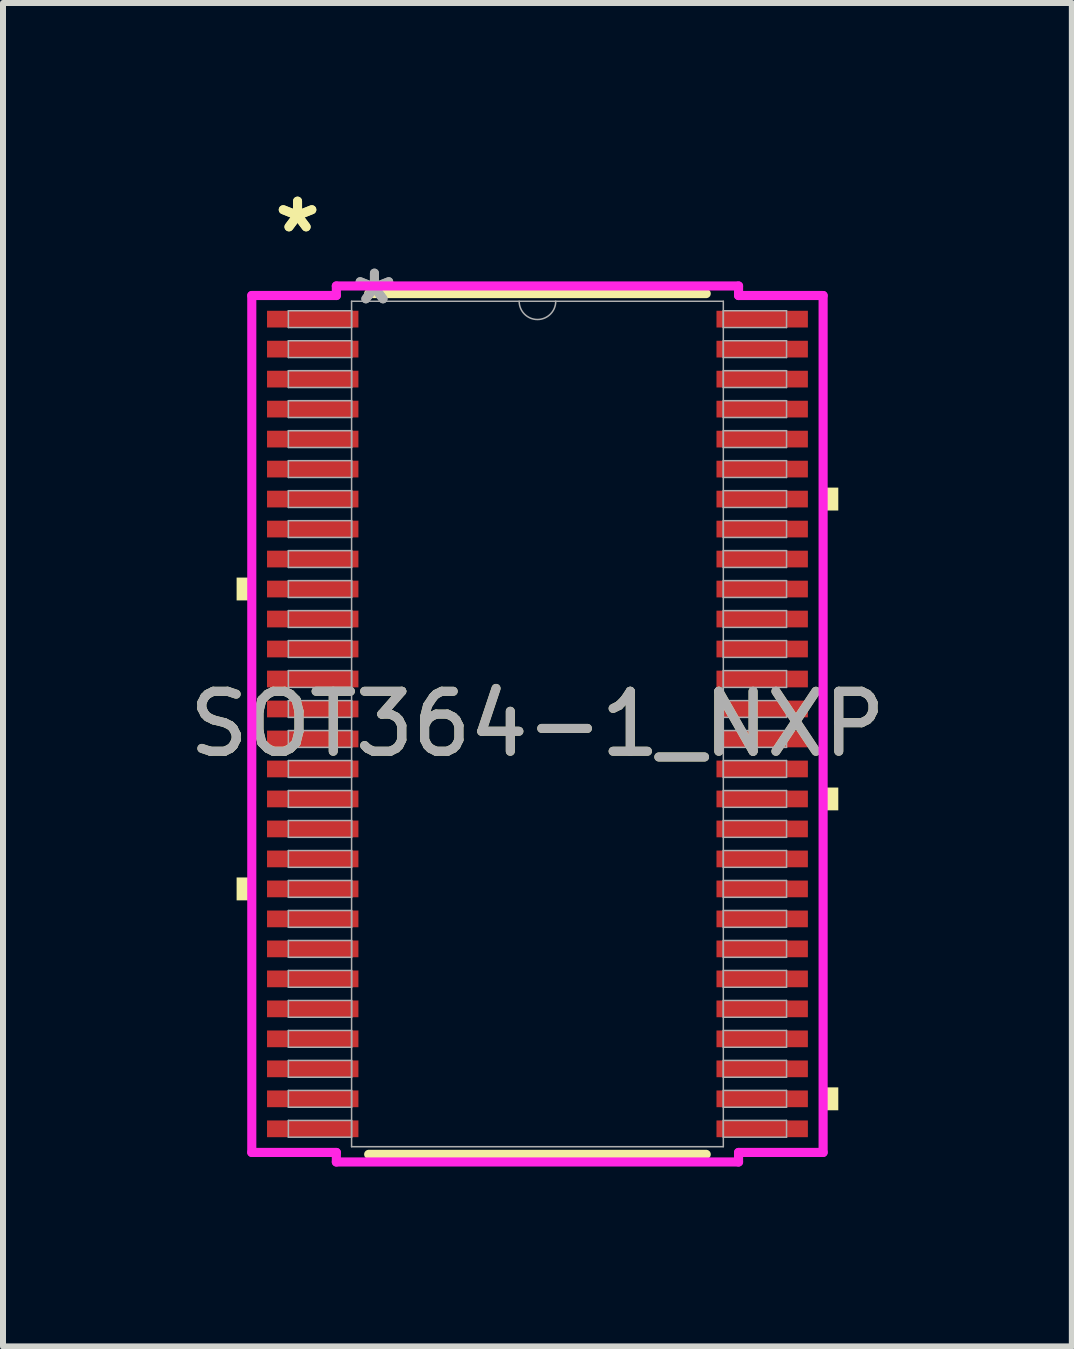
<source format=kicad_pcb>
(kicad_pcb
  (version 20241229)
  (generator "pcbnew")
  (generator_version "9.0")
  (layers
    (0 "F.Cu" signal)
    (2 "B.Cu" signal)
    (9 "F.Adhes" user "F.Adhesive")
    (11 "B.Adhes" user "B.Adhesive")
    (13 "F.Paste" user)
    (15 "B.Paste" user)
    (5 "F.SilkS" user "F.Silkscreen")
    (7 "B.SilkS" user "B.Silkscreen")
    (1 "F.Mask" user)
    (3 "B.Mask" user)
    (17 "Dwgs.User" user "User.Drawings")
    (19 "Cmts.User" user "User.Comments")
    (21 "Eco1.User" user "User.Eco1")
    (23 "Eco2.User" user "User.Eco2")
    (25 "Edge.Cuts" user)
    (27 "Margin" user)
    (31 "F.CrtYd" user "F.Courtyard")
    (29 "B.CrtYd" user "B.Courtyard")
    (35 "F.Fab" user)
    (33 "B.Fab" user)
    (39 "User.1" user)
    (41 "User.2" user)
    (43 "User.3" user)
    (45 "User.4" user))
  (footprint "SOT364-1_NXP"
    (layer "F.Cu")
    (at 5.911 9.021)
    (property "Reference" "SOT364-1_NXP" (at 0 0 0) (unlocked yes) (layer "F.SilkS") (effects (font (size 1 1) (thickness 0.15))))
    (attr smd)
    (fp_line (start -2.814 7.176) (end 2.814 7.176) (stroke (width 0.152) (type solid)) (layer "F.SilkS"))
    (fp_line (start 2.814 -7.176) (end -2.814 -7.176) (stroke (width 0.152) (type solid)) (layer "F.SilkS"))
    (fp_poly (pts (xy -5.016 -2.441) (xy -5.016 -2.06) (xy -4.763 -2.06) (xy -4.763 -2.441)) (stroke (width 0) (type solid)) (fill yes) (layer "F.SilkS"))
    (fp_poly (pts (xy -5.016 2.559) (xy -5.016 2.941) (xy -4.763 2.941) (xy -4.763 2.559)) (stroke (width 0) (type solid)) (fill yes) (layer "F.SilkS"))
    (fp_poly (pts (xy 5.016 -3.941) (xy 5.016 -3.559) (xy 4.763 -3.559) (xy 4.763 -3.941)) (stroke (width 0) (type solid)) (fill yes) (layer "F.SilkS"))
    (fp_poly (pts (xy 5.016 1.06) (xy 5.016 1.44) (xy 4.763 1.44) (xy 4.763 1.06)) (stroke (width 0) (type solid)) (fill yes) (layer "F.SilkS"))
    (fp_poly (pts (xy 5.016 6.059) (xy 5.016 6.441) (xy 4.763 6.441) (xy 4.763 6.059)) (stroke (width 0) (type solid)) (fill yes) (layer "F.SilkS"))
    (fp_line (start -4.763 -7.144) (end -3.353 -7.144) (stroke (width 0.152) (type solid)) (layer "F.CrtYd"))
    (fp_line (start -4.763 7.144) (end -4.763 -7.144) (stroke (width 0.152) (type solid)) (layer "F.CrtYd"))
    (fp_line (start -4.763 7.144) (end -3.353 7.144) (stroke (width 0.152) (type solid)) (layer "F.CrtYd"))
    (fp_line (start -3.353 -7.303) (end 3.353 -7.303) (stroke (width 0.152) (type solid)) (layer "F.CrtYd"))
    (fp_line (start -3.353 -7.144) (end -3.353 -7.303) (stroke (width 0.152) (type solid)) (layer "F.CrtYd"))
    (fp_line (start -3.353 7.303) (end -3.353 7.144) (stroke (width 0.152) (type solid)) (layer "F.CrtYd"))
    (fp_line (start 3.353 -7.303) (end 3.353 -7.144) (stroke (width 0.152) (type solid)) (layer "F.CrtYd"))
    (fp_line (start 3.353 7.144) (end 3.353 7.303) (stroke (width 0.152) (type solid)) (layer "F.CrtYd"))
    (fp_line (start 3.353 7.303) (end -3.353 7.303) (stroke (width 0.152) (type solid)) (layer "F.CrtYd"))
    (fp_line (start 4.763 -7.144) (end 3.353 -7.144) (stroke (width 0.152) (type solid)) (layer "F.CrtYd"))
    (fp_line (start 4.763 -7.144) (end 4.763 7.144) (stroke (width 0.152) (type solid)) (layer "F.CrtYd"))
    (fp_line (start 4.763 7.144) (end 3.353 7.144) (stroke (width 0.152) (type solid)) (layer "F.CrtYd"))
    (fp_line (start -4.153 -6.89) (end -4.153 -6.61) (stroke (width 0.025) (type solid)) (layer "F.Fab"))
    (fp_line (start -4.153 -6.61) (end -3.099 -6.61) (stroke (width 0.025) (type solid)) (layer "F.Fab"))
    (fp_line (start -4.153 -6.39) (end -4.153 -6.11) (stroke (width 0.025) (type solid)) (layer "F.Fab"))
    (fp_line (start -4.153 -6.11) (end -3.099 -6.11) (stroke (width 0.025) (type solid)) (layer "F.Fab"))
    (fp_line (start -4.153 -5.89) (end -4.153 -5.61) (stroke (width 0.025) (type solid)) (layer "F.Fab"))
    (fp_line (start -4.153 -5.61) (end -3.099 -5.61) (stroke (width 0.025) (type solid)) (layer "F.Fab"))
    (fp_line (start -4.153 -5.39) (end -4.153 -5.11) (stroke (width 0.025) (type solid)) (layer "F.Fab"))
    (fp_line (start -4.153 -5.11) (end -3.099 -5.11) (stroke (width 0.025) (type solid)) (layer "F.Fab"))
    (fp_line (start -4.153 -4.89) (end -4.153 -4.61) (stroke (width 0.025) (type solid)) (layer "F.Fab"))
    (fp_line (start -4.153 -4.61) (end -3.099 -4.61) (stroke (width 0.025) (type solid)) (layer "F.Fab"))
    (fp_line (start -4.153 -4.39) (end -4.153 -4.11) (stroke (width 0.025) (type solid)) (layer "F.Fab"))
    (fp_line (start -4.153 -4.11) (end -3.099 -4.11) (stroke (width 0.025) (type solid)) (layer "F.Fab"))
    (fp_line (start -4.153 -3.89) (end -4.153 -3.61) (stroke (width 0.025) (type solid)) (layer "F.Fab"))
    (fp_line (start -4.153 -3.61) (end -3.099 -3.61) (stroke (width 0.025) (type solid)) (layer "F.Fab"))
    (fp_line (start -4.153 -3.39) (end -4.153 -3.11) (stroke (width 0.025) (type solid)) (layer "F.Fab"))
    (fp_line (start -4.153 -3.11) (end -3.099 -3.11) (stroke (width 0.025) (type solid)) (layer "F.Fab"))
    (fp_line (start -4.153 -2.89) (end -4.153 -2.61) (stroke (width 0.025) (type solid)) (layer "F.Fab"))
    (fp_line (start -4.153 -2.61) (end -3.099 -2.61) (stroke (width 0.025) (type solid)) (layer "F.Fab"))
    (fp_line (start -4.153 -2.39) (end -4.153 -2.11) (stroke (width 0.025) (type solid)) (layer "F.Fab"))
    (fp_line (start -4.153 -2.11) (end -3.099 -2.11) (stroke (width 0.025) (type solid)) (layer "F.Fab"))
    (fp_line (start -4.153 -1.89) (end -4.153 -1.61) (stroke (width 0.025) (type solid)) (layer "F.Fab"))
    (fp_line (start -4.153 -1.61) (end -3.099 -1.61) (stroke (width 0.025) (type solid)) (layer "F.Fab"))
    (fp_line (start -4.153 -1.39) (end -4.153 -1.11) (stroke (width 0.025) (type solid)) (layer "F.Fab"))
    (fp_line (start -4.153 -1.11) (end -3.099 -1.11) (stroke (width 0.025) (type solid)) (layer "F.Fab"))
    (fp_line (start -4.153 -0.89) (end -4.153 -0.61) (stroke (width 0.025) (type solid)) (layer "F.Fab"))
    (fp_line (start -4.153 -0.61) (end -3.099 -0.61) (stroke (width 0.025) (type solid)) (layer "F.Fab"))
    (fp_line (start -4.153 -0.39) (end -4.153 -0.11) (stroke (width 0.025) (type solid)) (layer "F.Fab"))
    (fp_line (start -4.153 -0.11) (end -3.099 -0.11) (stroke (width 0.025) (type solid)) (layer "F.Fab"))
    (fp_line (start -4.153 0.11) (end -4.153 0.39) (stroke (width 0.025) (type solid)) (layer "F.Fab"))
    (fp_line (start -4.153 0.39) (end -3.099 0.39) (stroke (width 0.025) (type solid)) (layer "F.Fab"))
    (fp_line (start -4.153 0.61) (end -4.153 0.89) (stroke (width 0.025) (type solid)) (layer "F.Fab"))
    (fp_line (start -4.153 0.89) (end -3.099 0.89) (stroke (width 0.025) (type solid)) (layer "F.Fab"))
    (fp_line (start -4.153 1.11) (end -4.153 1.39) (stroke (width 0.025) (type solid)) (layer "F.Fab"))
    (fp_line (start -4.153 1.39) (end -3.099 1.39) (stroke (width 0.025) (type solid)) (layer "F.Fab"))
    (fp_line (start -4.153 1.61) (end -4.153 1.89) (stroke (width 0.025) (type solid)) (layer "F.Fab"))
    (fp_line (start -4.153 1.89) (end -3.099 1.89) (stroke (width 0.025) (type solid)) (layer "F.Fab"))
    (fp_line (start -4.153 2.11) (end -4.153 2.39) (stroke (width 0.025) (type solid)) (layer "F.Fab"))
    (fp_line (start -4.153 2.39) (end -3.099 2.39) (stroke (width 0.025) (type solid)) (layer "F.Fab"))
    (fp_line (start -4.153 2.61) (end -4.153 2.89) (stroke (width 0.025) (type solid)) (layer "F.Fab"))
    (fp_line (start -4.153 2.89) (end -3.099 2.89) (stroke (width 0.025) (type solid)) (layer "F.Fab"))
    (fp_line (start -4.153 3.11) (end -4.153 3.39) (stroke (width 0.025) (type solid)) (layer "F.Fab"))
    (fp_line (start -4.153 3.39) (end -3.099 3.39) (stroke (width 0.025) (type solid)) (layer "F.Fab"))
    (fp_line (start -4.153 3.61) (end -4.153 3.89) (stroke (width 0.025) (type solid)) (layer "F.Fab"))
    (fp_line (start -4.153 3.89) (end -3.099 3.89) (stroke (width 0.025) (type solid)) (layer "F.Fab"))
    (fp_line (start -4.153 4.11) (end -4.153 4.39) (stroke (width 0.025) (type solid)) (layer "F.Fab"))
    (fp_line (start -4.153 4.39) (end -3.099 4.39) (stroke (width 0.025) (type solid)) (layer "F.Fab"))
    (fp_line (start -4.153 4.61) (end -4.153 4.89) (stroke (width 0.025) (type solid)) (layer "F.Fab"))
    (fp_line (start -4.153 4.89) (end -3.099 4.89) (stroke (width 0.025) (type solid)) (layer "F.Fab"))
    (fp_line (start -4.153 5.11) (end -4.153 5.39) (stroke (width 0.025) (type solid)) (layer "F.Fab"))
    (fp_line (start -4.153 5.39) (end -3.099 5.39) (stroke (width 0.025) (type solid)) (layer "F.Fab"))
    (fp_line (start -4.153 5.61) (end -4.153 5.89) (stroke (width 0.025) (type solid)) (layer "F.Fab"))
    (fp_line (start -4.153 5.89) (end -3.099 5.89) (stroke (width 0.025) (type solid)) (layer "F.Fab"))
    (fp_line (start -4.153 6.11) (end -4.153 6.39) (stroke (width 0.025) (type solid)) (layer "F.Fab"))
    (fp_line (start -4.153 6.39) (end -3.099 6.39) (stroke (width 0.025) (type solid)) (layer "F.Fab"))
    (fp_line (start -4.153 6.61) (end -4.153 6.89) (stroke (width 0.025) (type solid)) (layer "F.Fab"))
    (fp_line (start -4.153 6.89) (end -3.099 6.89) (stroke (width 0.025) (type solid)) (layer "F.Fab"))
    (fp_line (start -3.099 -7.048) (end -3.099 7.048) (stroke (width 0.025) (type solid)) (layer "F.Fab"))
    (fp_line (start -3.099 -6.89) (end -4.153 -6.89) (stroke (width 0.025) (type solid)) (layer "F.Fab"))
    (fp_line (start -3.099 -6.61) (end -3.099 -6.89) (stroke (width 0.025) (type solid)) (layer "F.Fab"))
    (fp_line (start -3.099 -6.39) (end -4.153 -6.39) (stroke (width 0.025) (type solid)) (layer "F.Fab"))
    (fp_line (start -3.099 -6.11) (end -3.099 -6.39) (stroke (width 0.025) (type solid)) (layer "F.Fab"))
    (fp_line (start -3.099 -5.89) (end -4.153 -5.89) (stroke (width 0.025) (type solid)) (layer "F.Fab"))
    (fp_line (start -3.099 -5.61) (end -3.099 -5.89) (stroke (width 0.025) (type solid)) (layer "F.Fab"))
    (fp_line (start -3.099 -5.39) (end -4.153 -5.39) (stroke (width 0.025) (type solid)) (layer "F.Fab"))
    (fp_line (start -3.099 -5.11) (end -3.099 -5.39) (stroke (width 0.025) (type solid)) (layer "F.Fab"))
    (fp_line (start -3.099 -4.89) (end -4.153 -4.89) (stroke (width 0.025) (type solid)) (layer "F.Fab"))
    (fp_line (start -3.099 -4.61) (end -3.099 -4.89) (stroke (width 0.025) (type solid)) (layer "F.Fab"))
    (fp_line (start -3.099 -4.39) (end -4.153 -4.39) (stroke (width 0.025) (type solid)) (layer "F.Fab"))
    (fp_line (start -3.099 -4.11) (end -3.099 -4.39) (stroke (width 0.025) (type solid)) (layer "F.Fab"))
    (fp_line (start -3.099 -3.89) (end -4.153 -3.89) (stroke (width 0.025) (type solid)) (layer "F.Fab"))
    (fp_line (start -3.099 -3.61) (end -3.099 -3.89) (stroke (width 0.025) (type solid)) (layer "F.Fab"))
    (fp_line (start -3.099 -3.39) (end -4.153 -3.39) (stroke (width 0.025) (type solid)) (layer "F.Fab"))
    (fp_line (start -3.099 -3.11) (end -3.099 -3.39) (stroke (width 0.025) (type solid)) (layer "F.Fab"))
    (fp_line (start -3.099 -2.89) (end -4.153 -2.89) (stroke (width 0.025) (type solid)) (layer "F.Fab"))
    (fp_line (start -3.099 -2.61) (end -3.099 -2.89) (stroke (width 0.025) (type solid)) (layer "F.Fab"))
    (fp_line (start -3.099 -2.39) (end -4.153 -2.39) (stroke (width 0.025) (type solid)) (layer "F.Fab"))
    (fp_line (start -3.099 -2.11) (end -3.099 -2.39) (stroke (width 0.025) (type solid)) (layer "F.Fab"))
    (fp_line (start -3.099 -1.89) (end -4.153 -1.89) (stroke (width 0.025) (type solid)) (layer "F.Fab"))
    (fp_line (start -3.099 -1.61) (end -3.099 -1.89) (stroke (width 0.025) (type solid)) (layer "F.Fab"))
    (fp_line (start -3.099 -1.39) (end -4.153 -1.39) (stroke (width 0.025) (type solid)) (layer "F.Fab"))
    (fp_line (start -3.099 -1.11) (end -3.099 -1.39) (stroke (width 0.025) (type solid)) (layer "F.Fab"))
    (fp_line (start -3.099 -0.89) (end -4.153 -0.89) (stroke (width 0.025) (type solid)) (layer "F.Fab"))
    (fp_line (start -3.099 -0.61) (end -3.099 -0.89) (stroke (width 0.025) (type solid)) (layer "F.Fab"))
    (fp_line (start -3.099 -0.39) (end -4.153 -0.39) (stroke (width 0.025) (type solid)) (layer "F.Fab"))
    (fp_line (start -3.099 -0.11) (end -3.099 -0.39) (stroke (width 0.025) (type solid)) (layer "F.Fab"))
    (fp_line (start -3.099 0.11) (end -4.153 0.11) (stroke (width 0.025) (type solid)) (layer "F.Fab"))
    (fp_line (start -3.099 0.39) (end -3.099 0.11) (stroke (width 0.025) (type solid)) (layer "F.Fab"))
    (fp_line (start -3.099 0.61) (end -4.153 0.61) (stroke (width 0.025) (type solid)) (layer "F.Fab"))
    (fp_line (start -3.099 0.89) (end -3.099 0.61) (stroke (width 0.025) (type solid)) (layer "F.Fab"))
    (fp_line (start -3.099 1.11) (end -4.153 1.11) (stroke (width 0.025) (type solid)) (layer "F.Fab"))
    (fp_line (start -3.099 1.39) (end -3.099 1.11) (stroke (width 0.025) (type solid)) (layer "F.Fab"))
    (fp_line (start -3.099 1.61) (end -4.153 1.61) (stroke (width 0.025) (type solid)) (layer "F.Fab"))
    (fp_line (start -3.099 1.89) (end -3.099 1.61) (stroke (width 0.025) (type solid)) (layer "F.Fab"))
    (fp_line (start -3.099 2.11) (end -4.153 2.11) (stroke (width 0.025) (type solid)) (layer "F.Fab"))
    (fp_line (start -3.099 2.39) (end -3.099 2.11) (stroke (width 0.025) (type solid)) (layer "F.Fab"))
    (fp_line (start -3.099 2.61) (end -4.153 2.61) (stroke (width 0.025) (type solid)) (layer "F.Fab"))
    (fp_line (start -3.099 2.89) (end -3.099 2.61) (stroke (width 0.025) (type solid)) (layer "F.Fab"))
    (fp_line (start -3.099 3.11) (end -4.153 3.11) (stroke (width 0.025) (type solid)) (layer "F.Fab"))
    (fp_line (start -3.099 3.39) (end -3.099 3.11) (stroke (width 0.025) (type solid)) (layer "F.Fab"))
    (fp_line (start -3.099 3.61) (end -4.153 3.61) (stroke (width 0.025) (type solid)) (layer "F.Fab"))
    (fp_line (start -3.099 3.89) (end -3.099 3.61) (stroke (width 0.025) (type solid)) (layer "F.Fab"))
    (fp_line (start -3.099 4.11) (end -4.153 4.11) (stroke (width 0.025) (type solid)) (layer "F.Fab"))
    (fp_line (start -3.099 4.39) (end -3.099 4.11) (stroke (width 0.025) (type solid)) (layer "F.Fab"))
    (fp_line (start -3.099 4.61) (end -4.153 4.61) (stroke (width 0.025) (type solid)) (layer "F.Fab"))
    (fp_line (start -3.099 4.89) (end -3.099 4.61) (stroke (width 0.025) (type solid)) (layer "F.Fab"))
    (fp_line (start -3.099 5.11) (end -4.153 5.11) (stroke (width 0.025) (type solid)) (layer "F.Fab"))
    (fp_line (start -3.099 5.39) (end -3.099 5.11) (stroke (width 0.025) (type solid)) (layer "F.Fab"))
    (fp_line (start -3.099 5.61) (end -4.153 5.61) (stroke (width 0.025) (type solid)) (layer "F.Fab"))
    (fp_line (start -3.099 5.89) (end -3.099 5.61) (stroke (width 0.025) (type solid)) (layer "F.Fab"))
    (fp_line (start -3.099 6.11) (end -4.153 6.11) (stroke (width 0.025) (type solid)) (layer "F.Fab"))
    (fp_line (start -3.099 6.39) (end -3.099 6.11) (stroke (width 0.025) (type solid)) (layer "F.Fab"))
    (fp_line (start -3.099 6.61) (end -4.153 6.61) (stroke (width 0.025) (type solid)) (layer "F.Fab"))
    (fp_line (start -3.099 6.89) (end -3.099 6.61) (stroke (width 0.025) (type solid)) (layer "F.Fab"))
    (fp_line (start -3.099 7.048) (end 3.099 7.048) (stroke (width 0.025) (type solid)) (layer "F.Fab"))
    (fp_line (start 3.099 -7.048) (end -3.099 -7.048) (stroke (width 0.025) (type solid)) (layer "F.Fab"))
    (fp_line (start 3.099 -6.89) (end 3.099 -6.61) (stroke (width 0.025) (type solid)) (layer "F.Fab"))
    (fp_line (start 3.099 -6.61) (end 4.153 -6.61) (stroke (width 0.025) (type solid)) (layer "F.Fab"))
    (fp_line (start 3.099 -6.39) (end 3.099 -6.11) (stroke (width 0.025) (type solid)) (layer "F.Fab"))
    (fp_line (start 3.099 -6.11) (end 4.153 -6.11) (stroke (width 0.025) (type solid)) (layer "F.Fab"))
    (fp_line (start 3.099 -5.89) (end 3.099 -5.61) (stroke (width 0.025) (type solid)) (layer "F.Fab"))
    (fp_line (start 3.099 -5.61) (end 4.153 -5.61) (stroke (width 0.025) (type solid)) (layer "F.Fab"))
    (fp_line (start 3.099 -5.39) (end 3.099 -5.11) (stroke (width 0.025) (type solid)) (layer "F.Fab"))
    (fp_line (start 3.099 -5.11) (end 4.153 -5.11) (stroke (width 0.025) (type solid)) (layer "F.Fab"))
    (fp_line (start 3.099 -4.89) (end 3.099 -4.61) (stroke (width 0.025) (type solid)) (layer "F.Fab"))
    (fp_line (start 3.099 -4.61) (end 4.153 -4.61) (stroke (width 0.025) (type solid)) (layer "F.Fab"))
    (fp_line (start 3.099 -4.39) (end 3.099 -4.11) (stroke (width 0.025) (type solid)) (layer "F.Fab"))
    (fp_line (start 3.099 -4.11) (end 4.153 -4.11) (stroke (width 0.025) (type solid)) (layer "F.Fab"))
    (fp_line (start 3.099 -3.89) (end 3.099 -3.61) (stroke (width 0.025) (type solid)) (layer "F.Fab"))
    (fp_line (start 3.099 -3.61) (end 4.153 -3.61) (stroke (width 0.025) (type solid)) (layer "F.Fab"))
    (fp_line (start 3.099 -3.39) (end 3.099 -3.11) (stroke (width 0.025) (type solid)) (layer "F.Fab"))
    (fp_line (start 3.099 -3.11) (end 4.153 -3.11) (stroke (width 0.025) (type solid)) (layer "F.Fab"))
    (fp_line (start 3.099 -2.89) (end 3.099 -2.61) (stroke (width 0.025) (type solid)) (layer "F.Fab"))
    (fp_line (start 3.099 -2.61) (end 4.153 -2.61) (stroke (width 0.025) (type solid)) (layer "F.Fab"))
    (fp_line (start 3.099 -2.39) (end 3.099 -2.11) (stroke (width 0.025) (type solid)) (layer "F.Fab"))
    (fp_line (start 3.099 -2.11) (end 4.153 -2.11) (stroke (width 0.025) (type solid)) (layer "F.Fab"))
    (fp_line (start 3.099 -1.89) (end 3.099 -1.61) (stroke (width 0.025) (type solid)) (layer "F.Fab"))
    (fp_line (start 3.099 -1.61) (end 4.153 -1.61) (stroke (width 0.025) (type solid)) (layer "F.Fab"))
    (fp_line (start 3.099 -1.39) (end 3.099 -1.11) (stroke (width 0.025) (type solid)) (layer "F.Fab"))
    (fp_line (start 3.099 -1.11) (end 4.153 -1.11) (stroke (width 0.025) (type solid)) (layer "F.Fab"))
    (fp_line (start 3.099 -0.89) (end 3.099 -0.61) (stroke (width 0.025) (type solid)) (layer "F.Fab"))
    (fp_line (start 3.099 -0.61) (end 4.153 -0.61) (stroke (width 0.025) (type solid)) (layer "F.Fab"))
    (fp_line (start 3.099 -0.39) (end 3.099 -0.11) (stroke (width 0.025) (type solid)) (layer "F.Fab"))
    (fp_line (start 3.099 -0.11) (end 4.153 -0.11) (stroke (width 0.025) (type solid)) (layer "F.Fab"))
    (fp_line (start 3.099 0.11) (end 3.099 0.39) (stroke (width 0.025) (type solid)) (layer "F.Fab"))
    (fp_line (start 3.099 0.39) (end 4.153 0.39) (stroke (width 0.025) (type solid)) (layer "F.Fab"))
    (fp_line (start 3.099 0.61) (end 3.099 0.89) (stroke (width 0.025) (type solid)) (layer "F.Fab"))
    (fp_line (start 3.099 0.89) (end 4.153 0.89) (stroke (width 0.025) (type solid)) (layer "F.Fab"))
    (fp_line (start 3.099 1.11) (end 3.099 1.39) (stroke (width 0.025) (type solid)) (layer "F.Fab"))
    (fp_line (start 3.099 1.39) (end 4.153 1.39) (stroke (width 0.025) (type solid)) (layer "F.Fab"))
    (fp_line (start 3.099 1.61) (end 3.099 1.89) (stroke (width 0.025) (type solid)) (layer "F.Fab"))
    (fp_line (start 3.099 1.89) (end 4.153 1.89) (stroke (width 0.025) (type solid)) (layer "F.Fab"))
    (fp_line (start 3.099 2.11) (end 3.099 2.39) (stroke (width 0.025) (type solid)) (layer "F.Fab"))
    (fp_line (start 3.099 2.39) (end 4.153 2.39) (stroke (width 0.025) (type solid)) (layer "F.Fab"))
    (fp_line (start 3.099 2.61) (end 3.099 2.89) (stroke (width 0.025) (type solid)) (layer "F.Fab"))
    (fp_line (start 3.099 2.89) (end 4.153 2.89) (stroke (width 0.025) (type solid)) (layer "F.Fab"))
    (fp_line (start 3.099 3.11) (end 3.099 3.39) (stroke (width 0.025) (type solid)) (layer "F.Fab"))
    (fp_line (start 3.099 3.39) (end 4.153 3.39) (stroke (width 0.025) (type solid)) (layer "F.Fab"))
    (fp_line (start 3.099 3.61) (end 3.099 3.89) (stroke (width 0.025) (type solid)) (layer "F.Fab"))
    (fp_line (start 3.099 3.89) (end 4.153 3.89) (stroke (width 0.025) (type solid)) (layer "F.Fab"))
    (fp_line (start 3.099 4.11) (end 3.099 4.39) (stroke (width 0.025) (type solid)) (layer "F.Fab"))
    (fp_line (start 3.099 4.39) (end 4.153 4.39) (stroke (width 0.025) (type solid)) (layer "F.Fab"))
    (fp_line (start 3.099 4.61) (end 3.099 4.89) (stroke (width 0.025) (type solid)) (layer "F.Fab"))
    (fp_line (start 3.099 4.89) (end 4.153 4.89) (stroke (width 0.025) (type solid)) (layer "F.Fab"))
    (fp_line (start 3.099 5.11) (end 3.099 5.39) (stroke (width 0.025) (type solid)) (layer "F.Fab"))
    (fp_line (start 3.099 5.39) (end 4.153 5.39) (stroke (width 0.025) (type solid)) (layer "F.Fab"))
    (fp_line (start 3.099 5.61) (end 3.099 5.89) (stroke (width 0.025) (type solid)) (layer "F.Fab"))
    (fp_line (start 3.099 5.89) (end 4.153 5.89) (stroke (width 0.025) (type solid)) (layer "F.Fab"))
    (fp_line (start 3.099 6.11) (end 3.099 6.39) (stroke (width 0.025) (type solid)) (layer "F.Fab"))
    (fp_line (start 3.099 6.39) (end 4.153 6.39) (stroke (width 0.025) (type solid)) (layer "F.Fab"))
    (fp_line (start 3.099 6.61) (end 3.099 6.89) (stroke (width 0.025) (type solid)) (layer "F.Fab"))
    (fp_line (start 3.099 6.89) (end 4.153 6.89) (stroke (width 0.025) (type solid)) (layer "F.Fab"))
    (fp_line (start 3.099 7.048) (end 3.099 -7.048) (stroke (width 0.025) (type solid)) (layer "F.Fab"))
    (fp_line (start 4.153 -6.89) (end 3.099 -6.89) (stroke (width 0.025) (type solid)) (layer "F.Fab"))
    (fp_line (start 4.153 -6.61) (end 4.153 -6.89) (stroke (width 0.025) (type solid)) (layer "F.Fab"))
    (fp_line (start 4.153 -6.39) (end 3.099 -6.39) (stroke (width 0.025) (type solid)) (layer "F.Fab"))
    (fp_line (start 4.153 -6.11) (end 4.153 -6.39) (stroke (width 0.025) (type solid)) (layer "F.Fab"))
    (fp_line (start 4.153 -5.89) (end 3.099 -5.89) (stroke (width 0.025) (type solid)) (layer "F.Fab"))
    (fp_line (start 4.153 -5.61) (end 4.153 -5.89) (stroke (width 0.025) (type solid)) (layer "F.Fab"))
    (fp_line (start 4.153 -5.39) (end 3.099 -5.39) (stroke (width 0.025) (type solid)) (layer "F.Fab"))
    (fp_line (start 4.153 -5.11) (end 4.153 -5.39) (stroke (width 0.025) (type solid)) (layer "F.Fab"))
    (fp_line (start 4.153 -4.89) (end 3.099 -4.89) (stroke (width 0.025) (type solid)) (layer "F.Fab"))
    (fp_line (start 4.153 -4.61) (end 4.153 -4.89) (stroke (width 0.025) (type solid)) (layer "F.Fab"))
    (fp_line (start 4.153 -4.39) (end 3.099 -4.39) (stroke (width 0.025) (type solid)) (layer "F.Fab"))
    (fp_line (start 4.153 -4.11) (end 4.153 -4.39) (stroke (width 0.025) (type solid)) (layer "F.Fab"))
    (fp_line (start 4.153 -3.89) (end 3.099 -3.89) (stroke (width 0.025) (type solid)) (layer "F.Fab"))
    (fp_line (start 4.153 -3.61) (end 4.153 -3.89) (stroke (width 0.025) (type solid)) (layer "F.Fab"))
    (fp_line (start 4.153 -3.39) (end 3.099 -3.39) (stroke (width 0.025) (type solid)) (layer "F.Fab"))
    (fp_line (start 4.153 -3.11) (end 4.153 -3.39) (stroke (width 0.025) (type solid)) (layer "F.Fab"))
    (fp_line (start 4.153 -2.89) (end 3.099 -2.89) (stroke (width 0.025) (type solid)) (layer "F.Fab"))
    (fp_line (start 4.153 -2.61) (end 4.153 -2.89) (stroke (width 0.025) (type solid)) (layer "F.Fab"))
    (fp_line (start 4.153 -2.39) (end 3.099 -2.39) (stroke (width 0.025) (type solid)) (layer "F.Fab"))
    (fp_line (start 4.153 -2.11) (end 4.153 -2.39) (stroke (width 0.025) (type solid)) (layer "F.Fab"))
    (fp_line (start 4.153 -1.89) (end 3.099 -1.89) (stroke (width 0.025) (type solid)) (layer "F.Fab"))
    (fp_line (start 4.153 -1.61) (end 4.153 -1.89) (stroke (width 0.025) (type solid)) (layer "F.Fab"))
    (fp_line (start 4.153 -1.39) (end 3.099 -1.39) (stroke (width 0.025) (type solid)) (layer "F.Fab"))
    (fp_line (start 4.153 -1.11) (end 4.153 -1.39) (stroke (width 0.025) (type solid)) (layer "F.Fab"))
    (fp_line (start 4.153 -0.89) (end 3.099 -0.89) (stroke (width 0.025) (type solid)) (layer "F.Fab"))
    (fp_line (start 4.153 -0.61) (end 4.153 -0.89) (stroke (width 0.025) (type solid)) (layer "F.Fab"))
    (fp_line (start 4.153 -0.39) (end 3.099 -0.39) (stroke (width 0.025) (type solid)) (layer "F.Fab"))
    (fp_line (start 4.153 -0.11) (end 4.153 -0.39) (stroke (width 0.025) (type solid)) (layer "F.Fab"))
    (fp_line (start 4.153 0.11) (end 3.099 0.11) (stroke (width 0.025) (type solid)) (layer "F.Fab"))
    (fp_line (start 4.153 0.39) (end 4.153 0.11) (stroke (width 0.025) (type solid)) (layer "F.Fab"))
    (fp_line (start 4.153 0.61) (end 3.099 0.61) (stroke (width 0.025) (type solid)) (layer "F.Fab"))
    (fp_line (start 4.153 0.89) (end 4.153 0.61) (stroke (width 0.025) (type solid)) (layer "F.Fab"))
    (fp_line (start 4.153 1.11) (end 3.099 1.11) (stroke (width 0.025) (type solid)) (layer "F.Fab"))
    (fp_line (start 4.153 1.39) (end 4.153 1.11) (stroke (width 0.025) (type solid)) (layer "F.Fab"))
    (fp_line (start 4.153 1.61) (end 3.099 1.61) (stroke (width 0.025) (type solid)) (layer "F.Fab"))
    (fp_line (start 4.153 1.89) (end 4.153 1.61) (stroke (width 0.025) (type solid)) (layer "F.Fab"))
    (fp_line (start 4.153 2.11) (end 3.099 2.11) (stroke (width 0.025) (type solid)) (layer "F.Fab"))
    (fp_line (start 4.153 2.39) (end 4.153 2.11) (stroke (width 0.025) (type solid)) (layer "F.Fab"))
    (fp_line (start 4.153 2.61) (end 3.099 2.61) (stroke (width 0.025) (type solid)) (layer "F.Fab"))
    (fp_line (start 4.153 2.89) (end 4.153 2.61) (stroke (width 0.025) (type solid)) (layer "F.Fab"))
    (fp_line (start 4.153 3.11) (end 3.099 3.11) (stroke (width 0.025) (type solid)) (layer "F.Fab"))
    (fp_line (start 4.153 3.39) (end 4.153 3.11) (stroke (width 0.025) (type solid)) (layer "F.Fab"))
    (fp_line (start 4.153 3.61) (end 3.099 3.61) (stroke (width 0.025) (type solid)) (layer "F.Fab"))
    (fp_line (start 4.153 3.89) (end 4.153 3.61) (stroke (width 0.025) (type solid)) (layer "F.Fab"))
    (fp_line (start 4.153 4.11) (end 3.099 4.11) (stroke (width 0.025) (type solid)) (layer "F.Fab"))
    (fp_line (start 4.153 4.39) (end 4.153 4.11) (stroke (width 0.025) (type solid)) (layer "F.Fab"))
    (fp_line (start 4.153 4.61) (end 3.099 4.61) (stroke (width 0.025) (type solid)) (layer "F.Fab"))
    (fp_line (start 4.153 4.89) (end 4.153 4.61) (stroke (width 0.025) (type solid)) (layer "F.Fab"))
    (fp_line (start 4.153 5.11) (end 3.099 5.11) (stroke (width 0.025) (type solid)) (layer "F.Fab"))
    (fp_line (start 4.153 5.39) (end 4.153 5.11) (stroke (width 0.025) (type solid)) (layer "F.Fab"))
    (fp_line (start 4.153 5.61) (end 3.099 5.61) (stroke (width 0.025) (type solid)) (layer "F.Fab"))
    (fp_line (start 4.153 5.89) (end 4.153 5.61) (stroke (width 0.025) (type solid)) (layer "F.Fab"))
    (fp_line (start 4.153 6.11) (end 3.099 6.11) (stroke (width 0.025) (type solid)) (layer "F.Fab"))
    (fp_line (start 4.153 6.39) (end 4.153 6.11) (stroke (width 0.025) (type solid)) (layer "F.Fab"))
    (fp_line (start 4.153 6.61) (end 3.099 6.61) (stroke (width 0.025) (type solid)) (layer "F.Fab"))
    (fp_line (start 4.153 6.89) (end 4.153 6.61) (stroke (width 0.025) (type solid)) (layer "F.Fab"))
    (fp_arc (start 0.3048 -7.0485) (mid 0 -6.7437) (end -0.3048 -7.0485) (stroke (width 0.0254) (type solid)) (layer "F.Fab"))
    (fp_text user "*" (at -4 -8.172 0) (unlocked yes) (layer "F.SilkS") (effects (font (size 1 1) (thickness 0.15))))
    (fp_text user "*" (at -4 -8.172 0) (layer "F.SilkS") (effects (font (size 1 1) (thickness 0.15))))
    (fp_text user "*" (at -2.718 -6.972 0) (layer "F.Fab") (effects (font (size 1 1) (thickness 0.15))))
    (fp_text user "*" (at -2.718 -6.972 0) (unlocked yes) (layer "F.Fab") (effects (font (size 1 1) (thickness 0.15))))
    (fp_text user "${REFERENCE}" (at 0 0 0) (unlocked yes) (layer "F.Fab") (effects (font (size 1 1) (thickness 0.15))))
    (pad "1" smd rect (at -3.747 -6.75) (size 1.524 0.279) (layers "F.Cu" "F.Mask" "F.Paste"))
    (pad "2" smd rect (at -3.747 -6.25) (size 1.524 0.279) (layers "F.Cu" "F.Mask" "F.Paste"))
    (pad "3" smd rect (at -3.747 -5.75) (size 1.524 0.279) (layers "F.Cu" "F.Mask" "F.Paste"))
    (pad "4" smd rect (at -3.747 -5.25) (size 1.524 0.279) (layers "F.Cu" "F.Mask" "F.Paste"))
    (pad "5" smd rect (at -3.747 -4.75) (size 1.524 0.279) (layers "F.Cu" "F.Mask" "F.Paste"))
    (pad "6" smd rect (at -3.747 -4.25) (size 1.524 0.279) (layers "F.Cu" "F.Mask" "F.Paste"))
    (pad "7" smd rect (at -3.747 -3.75) (size 1.524 0.279) (layers "F.Cu" "F.Mask" "F.Paste"))
    (pad "8" smd rect (at -3.747 -3.25) (size 1.524 0.279) (layers "F.Cu" "F.Mask" "F.Paste"))
    (pad "9" smd rect (at -3.747 -2.75) (size 1.524 0.279) (layers "F.Cu" "F.Mask" "F.Paste"))
    (pad "10" smd rect (at -3.747 -2.25) (size 1.524 0.279) (layers "F.Cu" "F.Mask" "F.Paste"))
    (pad "11" smd rect (at -3.747 -1.75) (size 1.524 0.279) (layers "F.Cu" "F.Mask" "F.Paste"))
    (pad "12" smd rect (at -3.747 -1.25) (size 1.524 0.279) (layers "F.Cu" "F.Mask" "F.Paste"))
    (pad "13" smd rect (at -3.747 -0.75) (size 1.524 0.279) (layers "F.Cu" "F.Mask" "F.Paste"))
    (pad "14" smd rect (at -3.747 -0.25) (size 1.524 0.279) (layers "F.Cu" "F.Mask" "F.Paste"))
    (pad "15" smd rect (at -3.747 0.25) (size 1.524 0.279) (layers "F.Cu" "F.Mask" "F.Paste"))
    (pad "16" smd rect (at -3.747 0.75) (size 1.524 0.279) (layers "F.Cu" "F.Mask" "F.Paste"))
    (pad "17" smd rect (at -3.747 1.25) (size 1.524 0.279) (layers "F.Cu" "F.Mask" "F.Paste"))
    (pad "18" smd rect (at -3.747 1.75) (size 1.524 0.279) (layers "F.Cu" "F.Mask" "F.Paste"))
    (pad "19" smd rect (at -3.747 2.25) (size 1.524 0.279) (layers "F.Cu" "F.Mask" "F.Paste"))
    (pad "20" smd rect (at -3.747 2.75) (size 1.524 0.279) (layers "F.Cu" "F.Mask" "F.Paste"))
    (pad "21" smd rect (at -3.747 3.25) (size 1.524 0.279) (layers "F.Cu" "F.Mask" "F.Paste"))
    (pad "22" smd rect (at -3.747 3.75) (size 1.524 0.279) (layers "F.Cu" "F.Mask" "F.Paste"))
    (pad "23" smd rect (at -3.747 4.25) (size 1.524 0.279) (layers "F.Cu" "F.Mask" "F.Paste"))
    (pad "24" smd rect (at -3.747 4.75) (size 1.524 0.279) (layers "F.Cu" "F.Mask" "F.Paste"))
    (pad "25" smd rect (at -3.747 5.25) (size 1.524 0.279) (layers "F.Cu" "F.Mask" "F.Paste"))
    (pad "26" smd rect (at -3.747 5.75) (size 1.524 0.279) (layers "F.Cu" "F.Mask" "F.Paste"))
    (pad "27" smd rect (at -3.747 6.25) (size 1.524 0.279) (layers "F.Cu" "F.Mask" "F.Paste"))
    (pad "28" smd rect (at -3.747 6.75) (size 1.524 0.279) (layers "F.Cu" "F.Mask" "F.Paste"))
    (pad "29" smd rect (at 3.747 6.75) (size 1.524 0.279) (layers "F.Cu" "F.Mask" "F.Paste"))
    (pad "30" smd rect (at 3.747 6.25) (size 1.524 0.279) (layers "F.Cu" "F.Mask" "F.Paste"))
    (pad "31" smd rect (at 3.747 5.75) (size 1.524 0.279) (layers "F.Cu" "F.Mask" "F.Paste"))
    (pad "32" smd rect (at 3.747 5.25) (size 1.524 0.279) (layers "F.Cu" "F.Mask" "F.Paste"))
    (pad "33" smd rect (at 3.747 4.75) (size 1.524 0.279) (layers "F.Cu" "F.Mask" "F.Paste"))
    (pad "34" smd rect (at 3.747 4.25) (size 1.524 0.279) (layers "F.Cu" "F.Mask" "F.Paste"))
    (pad "35" smd rect (at 3.747 3.75) (size 1.524 0.279) (layers "F.Cu" "F.Mask" "F.Paste"))
    (pad "36" smd rect (at 3.747 3.25) (size 1.524 0.279) (layers "F.Cu" "F.Mask" "F.Paste"))
    (pad "37" smd rect (at 3.747 2.75) (size 1.524 0.279) (layers "F.Cu" "F.Mask" "F.Paste"))
    (pad "38" smd rect (at 3.747 2.25) (size 1.524 0.279) (layers "F.Cu" "F.Mask" "F.Paste"))
    (pad "39" smd rect (at 3.747 1.75) (size 1.524 0.279) (layers "F.Cu" "F.Mask" "F.Paste"))
    (pad "40" smd rect (at 3.747 1.25) (size 1.524 0.279) (layers "F.Cu" "F.Mask" "F.Paste"))
    (pad "41" smd rect (at 3.747 0.75) (size 1.524 0.279) (layers "F.Cu" "F.Mask" "F.Paste"))
    (pad "42" smd rect (at 3.747 0.25) (size 1.524 0.279) (layers "F.Cu" "F.Mask" "F.Paste"))
    (pad "43" smd rect (at 3.747 -0.25) (size 1.524 0.279) (layers "F.Cu" "F.Mask" "F.Paste"))
    (pad "44" smd rect (at 3.747 -0.75) (size 1.524 0.279) (layers "F.Cu" "F.Mask" "F.Paste"))
    (pad "45" smd rect (at 3.747 -1.25) (size 1.524 0.279) (layers "F.Cu" "F.Mask" "F.Paste"))
    (pad "46" smd rect (at 3.747 -1.75) (size 1.524 0.279) (layers "F.Cu" "F.Mask" "F.Paste"))
    (pad "47" smd rect (at 3.747 -2.25) (size 1.524 0.279) (layers "F.Cu" "F.Mask" "F.Paste"))
    (pad "48" smd rect (at 3.747 -2.75) (size 1.524 0.279) (layers "F.Cu" "F.Mask" "F.Paste"))
    (pad "49" smd rect (at 3.747 -3.25) (size 1.524 0.279) (layers "F.Cu" "F.Mask" "F.Paste"))
    (pad "50" smd rect (at 3.747 -3.75) (size 1.524 0.279) (layers "F.Cu" "F.Mask" "F.Paste"))
    (pad "51" smd rect (at 3.747 -4.25) (size 1.524 0.279) (layers "F.Cu" "F.Mask" "F.Paste"))
    (pad "52" smd rect (at 3.747 -4.75) (size 1.524 0.279) (layers "F.Cu" "F.Mask" "F.Paste"))
    (pad "53" smd rect (at 3.747 -5.25) (size 1.524 0.279) (layers "F.Cu" "F.Mask" "F.Paste"))
    (pad "54" smd rect (at 3.747 -5.75) (size 1.524 0.279) (layers "F.Cu" "F.Mask" "F.Paste"))
    (pad "55" smd rect (at 3.747 -6.25) (size 1.524 0.279) (layers "F.Cu" "F.Mask" "F.Paste"))
    (pad "56" smd rect (at 3.747 -6.75) (size 1.524 0.279) (layers "F.Cu" "F.Mask" "F.Paste")))
  (gr_rect
    (start -3 -3)
    (end 14.821 19.399)
    (stroke (width 0.1) (type default))
    (fill no)
    (layer "Edge.Cuts")))
</source>
